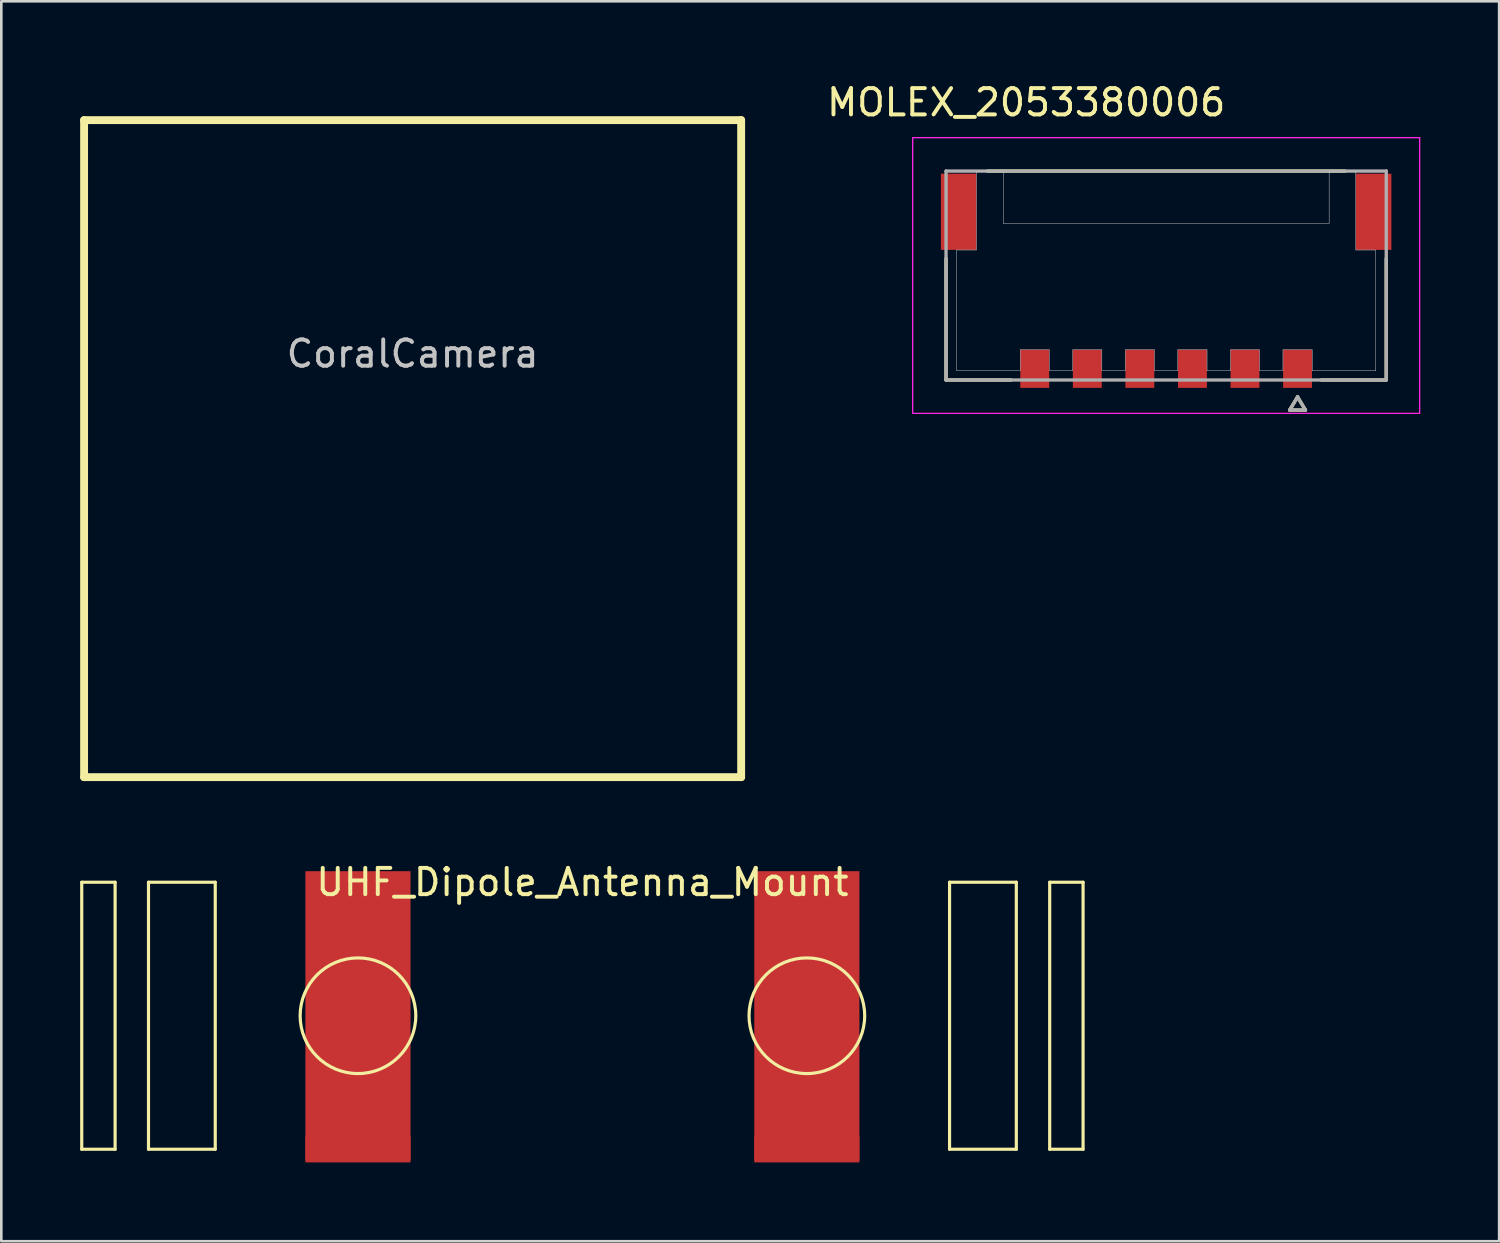
<source format=kicad_pcb>
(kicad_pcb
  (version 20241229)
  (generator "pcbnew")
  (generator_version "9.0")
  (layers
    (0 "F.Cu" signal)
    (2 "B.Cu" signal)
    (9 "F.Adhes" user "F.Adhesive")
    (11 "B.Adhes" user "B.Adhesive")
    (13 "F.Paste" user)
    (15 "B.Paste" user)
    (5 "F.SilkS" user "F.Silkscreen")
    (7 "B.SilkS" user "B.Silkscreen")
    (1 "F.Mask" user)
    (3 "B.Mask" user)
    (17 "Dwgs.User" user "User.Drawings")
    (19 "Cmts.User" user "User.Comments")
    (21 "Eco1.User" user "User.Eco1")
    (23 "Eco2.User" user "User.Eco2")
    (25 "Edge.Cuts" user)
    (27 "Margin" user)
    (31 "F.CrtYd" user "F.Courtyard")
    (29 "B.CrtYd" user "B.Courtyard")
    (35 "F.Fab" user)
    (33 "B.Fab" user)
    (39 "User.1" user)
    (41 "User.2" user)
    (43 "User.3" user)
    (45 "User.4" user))
  (footprint "CoralCamera"
    (layer "F.Cu")
    (at 12.65 0.25)
    (property "Reference" "CoralCamera" (at 0 10.16 0) (layer "Dwgs.User") (effects (font (size 1 1) (thickness 0.15))))
    (attr through_hole)
    (fp_line (start -12.5 1.27) (end 12.5 1.27) (stroke (width 0.3) (type solid)) (layer "F.SilkS"))
    (fp_line (start -12.5 26.27) (end -12.5 1.27) (stroke (width 0.3) (type solid)) (layer "F.SilkS"))
    (fp_line (start -12.5 26.27) (end 12.5 26.27) (stroke (width 0.3) (type solid)) (layer "F.SilkS"))
    (fp_line (start 12.5 26.27) (end 12.5 1.27) (stroke (width 0.3) (type solid)) (layer "F.SilkS")))
  (footprint "UHF_Dipole_Antenna_Mount"
    (layer "F.Cu")
    (at 19.11 34.328)
    (property "Reference" "UHF_Dipole_Antenna_Mount" (at 0 -3.81 0) (layer "F.SilkS") (effects (font (size 1 1) (thickness 0.15))))
    (attr through_hole)
    (fp_line (start -19.05 -3.81) (end -19.05 6.35) (stroke (width 0.12) (type solid)) (layer "F.SilkS"))
    (fp_line (start -19.05 6.35) (end -17.78 6.35) (stroke (width 0.12) (type solid)) (layer "F.SilkS"))
    (fp_line (start -17.78 -3.81) (end -19.05 -3.81) (stroke (width 0.12) (type solid)) (layer "F.SilkS"))
    (fp_line (start -17.78 6.35) (end -17.78 -3.81) (stroke (width 0.12) (type solid)) (layer "F.SilkS"))
    (fp_line (start -16.51 -3.81) (end -16.51 6.35) (stroke (width 0.12) (type solid)) (layer "F.SilkS"))
    (fp_line (start -16.51 6.35) (end -13.97 6.35) (stroke (width 0.12) (type solid)) (layer "F.SilkS"))
    (fp_line (start -13.97 -3.81) (end -16.51 -3.81) (stroke (width 0.12) (type solid)) (layer "F.SilkS"))
    (fp_line (start -13.97 -3.81) (end -13.97 6.35) (stroke (width 0.12) (type solid)) (layer "F.SilkS"))
    (fp_line (start 13.97 -3.81) (end 13.97 6.35) (stroke (width 0.12) (type solid)) (layer "F.SilkS"))
    (fp_line (start 13.97 6.35) (end 16.51 6.35) (stroke (width 0.12) (type solid)) (layer "F.SilkS"))
    (fp_line (start 16.51 -3.81) (end 13.97 -3.81) (stroke (width 0.12) (type solid)) (layer "F.SilkS"))
    (fp_line (start 16.51 6.35) (end 16.51 -3.81) (stroke (width 0.12) (type solid)) (layer "F.SilkS"))
    (fp_line (start 17.78 -3.81) (end 17.78 6.35) (stroke (width 0.12) (type solid)) (layer "F.SilkS"))
    (fp_line (start 17.78 6.35) (end 19.05 6.35) (stroke (width 0.12) (type solid)) (layer "F.SilkS"))
    (fp_line (start 19.05 -3.81) (end 17.78 -3.81) (stroke (width 0.12) (type solid)) (layer "F.SilkS"))
    (fp_line (start 19.05 -3.81) (end 19.05 6.35) (stroke (width 0.12) (type solid)) (layer "F.SilkS"))
    (fp_circle (center -8.54 1.27) (end -6.34 1.27) (stroke (width 0.12) (type solid)) (fill no) (layer "F.SilkS"))
    (fp_circle (center 8.54 1.27) (end 10.74 1.27) (stroke (width 0.12) (type solid)) (fill no) (layer "F.SilkS"))
    (pad "1" smd rect (at -8.54 1.27) (size 4 11) (layers "F.Cu" "F.Mask" "F.Paste"))
    (pad "1" smd rect (at -8.54 6.35) (size 4 1) (layers "F.Cu" "F.Mask" "F.Paste"))
    (pad "2" smd rect (at 8.54 1.27) (size 4 11) (layers "F.Cu" "F.Mask" "F.Paste"))
    (pad "2" smd rect (at 8.54 6.35) (size 4 1) (layers "F.Cu" "F.Mask" "F.Paste")))
  (footprint "MOLEX_2053380006"
    (layer "F.Cu")
    (at 41.321 7.433)
    (property "Reference" "MOLEX_2053380006" (at -5.325 -6.585 0) (layer "F.SilkS") (effects (font (size 1 1) (thickness 0.15))))
    (attr through_hole)
    (fp_poly (pts (xy -8.646 -3.951) (xy -7.144 -3.951) (xy -7.144 -0.899) (xy -8.646 -0.899)) (stroke (width 0.01) (type solid)) (fill yes) (layer "F.Mask"))
    (fp_poly (pts (xy -5.626 2.749) (xy -4.374 2.749) (xy -4.374 4.351) (xy -5.626 4.351)) (stroke (width 0.01) (type solid)) (fill yes) (layer "F.Mask"))
    (fp_poly (pts (xy -3.626 2.749) (xy -2.374 2.749) (xy -2.374 4.351) (xy -3.626 4.351)) (stroke (width 0.01) (type solid)) (fill yes) (layer "F.Mask"))
    (fp_poly (pts (xy -1.626 2.749) (xy -0.374 2.749) (xy -0.374 4.351) (xy -1.626 4.351)) (stroke (width 0.01) (type solid)) (fill yes) (layer "F.Mask"))
    (fp_poly (pts (xy 0.374 2.749) (xy 1.626 2.749) (xy 1.626 4.351) (xy 0.374 4.351)) (stroke (width 0.01) (type solid)) (fill yes) (layer "F.Mask"))
    (fp_poly (pts (xy 2.374 2.749) (xy 3.626 2.749) (xy 3.626 4.351) (xy 2.374 4.351)) (stroke (width 0.01) (type solid)) (fill yes) (layer "F.Mask"))
    (fp_poly (pts (xy 4.374 2.749) (xy 5.626 2.749) (xy 5.626 4.351) (xy 4.374 4.351)) (stroke (width 0.01) (type solid)) (fill yes) (layer "F.Mask"))
    (fp_poly (pts (xy 7.144 -3.951) (xy 8.646 -3.951) (xy 8.646 -0.899) (xy 7.144 -0.899)) (stroke (width 0.01) (type solid)) (fill yes) (layer "F.Mask"))
    (fp_line (start -8.375 3.975) (end -8.375 -0.65) (stroke (width 0.127) (type solid)) (layer "F.SilkS"))
    (fp_line (start -5.9 3.975) (end -8.375 3.975) (stroke (width 0.127) (type solid)) (layer "F.SilkS"))
    (fp_line (start 4.7 5.12) (end 5 4.62) (stroke (width 0.127) (type solid)) (layer "F.SilkS"))
    (fp_line (start 5 4.62) (end 5.3 5.12) (stroke (width 0.127) (type solid)) (layer "F.SilkS"))
    (fp_line (start 5.3 5.12) (end 4.7 5.12) (stroke (width 0.127) (type solid)) (layer "F.SilkS"))
    (fp_line (start 6.8 -3.975) (end -6.8 -3.975) (stroke (width 0.127) (type solid)) (layer "F.SilkS"))
    (fp_line (start 8.375 -0.65) (end 8.375 3.975) (stroke (width 0.127) (type solid)) (layer "F.SilkS"))
    (fp_line (start 8.375 3.975) (end 5.9 3.975) (stroke (width 0.127) (type solid)) (layer "F.SilkS"))
    (fp_poly (pts (xy -7.215 -0.97) (xy -7.215 -3.975) (xy -6.2 -3.975) (xy -6.2 -1.975) (xy 6.2 -1.975) (xy 6.2 -3.975) (xy 7.215 -3.975) (xy 7.215 -0.97) (xy 7.975 -0.97) (xy 7.975 3.625) (xy 5.555 3.625) (xy 5.555 2.82) (xy 4.445 2.82) (xy 4.445 3.625) (xy 3.555 3.625) (xy 3.555 2.82) (xy 2.445 2.82) (xy 2.445 3.625) (xy 1.555 3.625) (xy 1.555 2.82) (xy 0.445 2.82) (xy 0.445 3.625) (xy -0.445 3.625) (xy -0.445 2.82) (xy -1.555 2.82) (xy -1.555 3.625) (xy -2.445 3.625) (xy -2.445 2.82) (xy -3.555 2.82) (xy -3.555 3.625) (xy -4.445 3.625) (xy -4.445 2.82) (xy -5.555 2.82) (xy -5.555 3.625) (xy -7.975 3.625) (xy -7.975 -0.97)) (stroke (width 0.01) (type solid)) (fill no) (layer "Dwgs.User"))
    (fp_poly (pts (xy -7.215 -0.97) (xy -7.215 -3.975) (xy -6.2 -3.975) (xy -6.2 -1.975) (xy 6.2 -1.975) (xy 6.2 -3.975) (xy 7.215 -3.975) (xy 7.215 -0.97) (xy 7.975 -0.97) (xy 7.975 3.625) (xy 5.555 3.625) (xy 5.555 2.82) (xy 4.445 2.82) (xy 4.445 3.625) (xy 3.555 3.625) (xy 3.555 2.82) (xy 2.445 2.82) (xy 2.445 3.625) (xy 2.44 3.55) (xy 2.44 3.625) (xy 1.555 3.625) (xy 1.555 2.82) (xy 0.445 2.82) (xy 0.445 3.625) (xy -0.445 3.625) (xy -0.445 2.82) (xy -1.555 2.82) (xy -1.555 3.625) (xy -2.445 3.625) (xy -2.445 2.82) (xy -3.555 2.82) (xy -3.555 3.625) (xy -4.445 3.625) (xy -4.445 2.82) (xy -5.555 2.82) (xy -5.555 3.625) (xy -7.975 3.625) (xy -7.975 -0.97)) (stroke (width 0.01) (type solid)) (fill no) (layer "Dwgs.User"))
    (fp_line (start -9.645 -5.245) (end 9.645 -5.245) (stroke (width 0.05) (type solid)) (layer "F.CrtYd"))
    (fp_line (start -9.645 5.245) (end -9.645 -5.245) (stroke (width 0.05) (type solid)) (layer "F.CrtYd"))
    (fp_line (start -9.645 5.245) (end 9.645 5.245) (stroke (width 0.05) (type solid)) (layer "F.CrtYd"))
    (fp_line (start 9.645 -5.245) (end 9.645 5.245) (stroke (width 0.05) (type solid)) (layer "F.CrtYd"))
    (fp_line (start -8.375 -3.975) (end 8.375 -3.975) (stroke (width 0.127) (type solid)) (layer "F.Fab"))
    (fp_line (start -8.375 3.975) (end -8.375 -3.975) (stroke (width 0.127) (type solid)) (layer "F.Fab"))
    (fp_line (start 4.7 5.12) (end 5 4.62) (stroke (width 0.127) (type solid)) (layer "F.Fab"))
    (fp_line (start 5 4.62) (end 5.3 5.12) (stroke (width 0.127) (type solid)) (layer "F.Fab"))
    (fp_line (start 5.3 5.12) (end 4.7 5.12) (stroke (width 0.127) (type solid)) (layer "F.Fab"))
    (fp_line (start 8.375 -3.975) (end 8.375 3.975) (stroke (width 0.127) (type solid)) (layer "F.Fab"))
    (fp_line (start 8.375 3.975) (end -8.375 3.975) (stroke (width 0.127) (type solid)) (layer "F.Fab"))
    (pad "1" smd rect (at 5 3.55) (size 1.1 1.45) (layers "F.Cu" "F.Paste"))
    (pad "2" smd rect (at 3 3.55) (size 1.1 1.45) (layers "F.Cu" "F.Paste"))
    (pad "3" smd rect (at 1 3.55) (size 1.1 1.45) (layers "F.Cu" "F.Paste"))
    (pad "4" smd rect (at -1 3.55) (size 1.1 1.45) (layers "F.Cu" "F.Paste"))
    (pad "5" smd rect (at -3 3.55) (size 1.1 1.45) (layers "F.Cu" "F.Paste"))
    (pad "6" smd rect (at -5 3.55) (size 1.1 1.45) (layers "F.Cu" "F.Paste"))
    (pad "S1" smd rect (at 7.895 -2.425) (size 1.35 2.9) (layers "F.Cu" "F.Paste"))
    (pad "S2" smd rect (at -7.895 -2.425) (size 1.35 2.9) (layers "F.Cu" "F.Paste")))
  (gr_rect
    (start -3 -3)
    (end 53.991 44.178)
    (stroke (width 0.1) (type default))
    (fill no)
    (layer "Edge.Cuts")))
</source>
